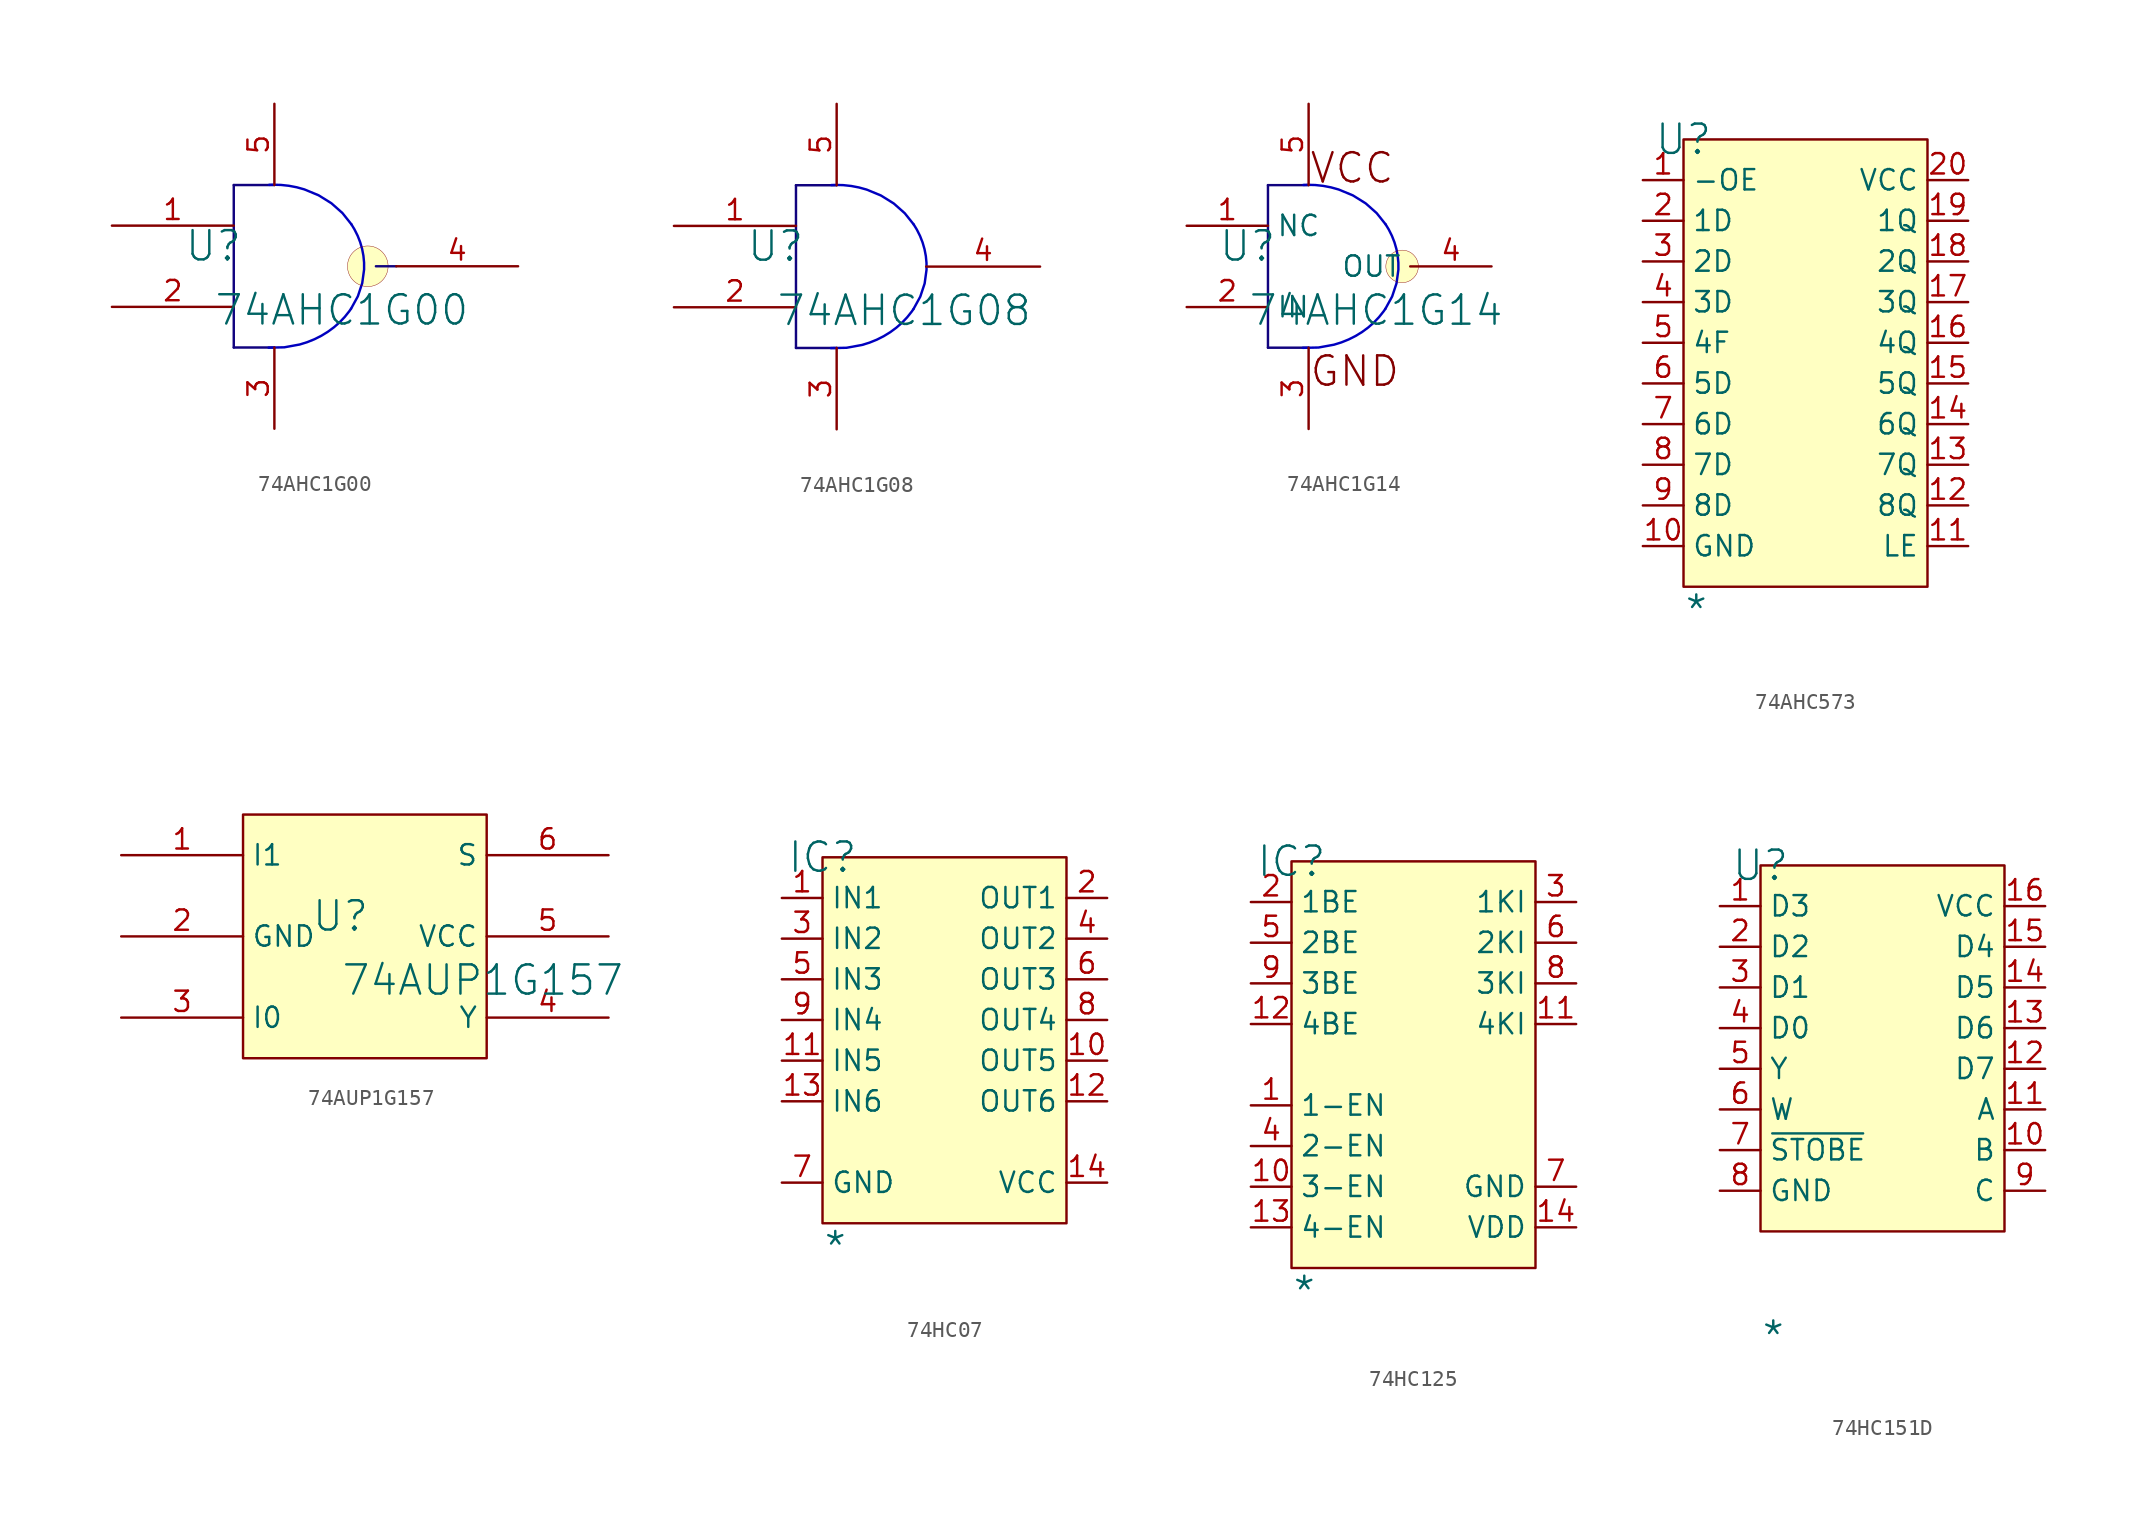
<source format=kicad_sym>
(kicad_symbol_lib
  (version 20241209)
  (generator "kicad_symbol_editor")
  (generator_version "9.0")
  (symbol "74AHC1G00"
    (pin_names
      (hide yes))
    (property "Reference" "U"
      (at -1.27 1.27 0)
      (effects (font (size 1.829 1.829))))
    (property "Value" "74AHC1G00"
      (at -1.27 -3.81 0)
      (effects (font (size 1.829 1.829)) (justify left bottom)))
    (symbol "74AHC1G00_1_0"
      (polyline (pts (xy 0 5.08) (xy 0 -5.08)) (stroke (width 0) (type solid) (color 17 3 127 1)) (fill (type none)))
      (polyline (pts (xy 0 -5.08) (xy 2.54 -5.08)) (stroke (width 0) (type solid) (color 17 3 127 1)) (fill (type none)))
      (bezier (pts (xy 2.177 -5.089) (xy 4.262 -5.212) (xy 6.249 -4.273) (xy 7.336 -2.652)) (stroke (width 0) (type solid) (color 0 0 191 1)) (fill (type none)))
      (polyline (pts (xy 2.54 5.08) (xy 0 5.08)) (stroke (width 0) (type solid) (color 17 3 127 1)) (fill (type none)))
      (bezier (pts (xy 7.336 -2.652) (xy 8.422 -1.032) (xy 8.428 1.003) (xy 7.352 2.629)) (stroke (width 0) (type solid) (color 0 0 191 1)) (fill (type none)))
      (bezier (pts (xy 7.352 2.629) (xy 6.275 4.255) (xy 4.293 5.203) (xy 2.208 5.091)) (stroke (width 0) (type solid) (color 0 0 191 1)) (fill (type none)))
      (circle (center 8.382 0) (radius 1.27) (stroke (width 0.025) (type solid)) (fill (type background)))
      (polyline (pts (xy 10.16 0) (xy 8.89 0)) (stroke (width 0) (type solid) (color 17 3 127 1)) (fill (type none)))
      (pin passive line (at -7.62 2.54 0) (length 7.62) (name "IN1" (effects (font (size 1.27 1.27)))) (number "1" (effects (font (size 1.27 1.27)))))
      (pin passive line (at -7.62 -2.54 0) (length 7.62) (name "IN2" (effects (font (size 1.27 1.27)))) (number "2" (effects (font (size 1.27 1.27)))))
      (pin passive line (at 2.54 10.16 270) (length 5.08) (name "VCC" (effects (font (size 1.27 1.27)))) (number "5" (effects (font (size 1.27 1.27)))))
      (pin passive line (at 2.54 -10.16 90) (length 5.08) (name "GND" (effects (font (size 1.27 1.27)))) (number "3" (effects (font (size 1.27 1.27)))))
      (pin passive line (at 17.78 0 180) (length 7.62) (name "OUT" (effects (font (size 1.27 1.27)))) (number "4" (effects (font (size 1.27 1.27)))))))
  (symbol "74AHC1G08"
    (pin_names
      (hide yes))
    (property "Reference" "U"
      (at -1.27 1.27 0)
      (effects (font (size 1.829 1.829))))
    (property "Value" "74AHC1G08"
      (at -1.27 -3.81 0)
      (effects (font (size 1.829 1.829)) (justify left bottom)))
    (symbol "74AHC1G08_1_0"
      (polyline (pts (xy 0 5.08) (xy 0 -5.08)) (stroke (width 0) (type solid) (color 17 3 127 1)) (fill (type none)))
      (polyline (pts (xy 0 -5.08) (xy 2.54 -5.08)) (stroke (width 0) (type solid) (color 17 3 127 1)) (fill (type none)))
      (bezier (pts (xy 2.177 -5.089) (xy 4.262 -5.212) (xy 6.249 -4.273) (xy 7.336 -2.652)) (stroke (width 0) (type solid) (color 0 0 191 1)) (fill (type none)))
      (polyline (pts (xy 2.54 5.08) (xy 0 5.08)) (stroke (width 0) (type solid) (color 17 3 127 1)) (fill (type none)))
      (bezier (pts (xy 7.336 -2.652) (xy 8.422 -1.032) (xy 8.428 1.003) (xy 7.352 2.629)) (stroke (width 0) (type solid) (color 0 0 191 1)) (fill (type none)))
      (bezier (pts (xy 7.352 2.629) (xy 6.275 4.255) (xy 4.293 5.203) (xy 2.208 5.091)) (stroke (width 0) (type solid) (color 0 0 191 1)) (fill (type none)))
      (pin passive line (at -7.62 2.54 0) (length 7.62) (name "IN1" (effects (font (size 1.27 1.27)))) (number "1" (effects (font (size 1.27 1.27)))))
      (pin passive line (at -7.62 -2.54 0) (length 7.62) (name "IN2" (effects (font (size 1.27 1.27)))) (number "2" (effects (font (size 1.27 1.27)))))
      (pin passive line (at 2.54 10.16 270) (length 5.08) (name "VCC" (effects (font (size 1.27 1.27)))) (number "5" (effects (font (size 1.27 1.27)))))
      (pin passive line (at 2.54 -10.16 90) (length 5.08) (name "GND" (effects (font (size 1.27 1.27)))) (number "3" (effects (font (size 1.27 1.27)))))
      (pin passive line (at 15.24 0 180) (length 7.112) (name "OUT" (effects (font (size 1.27 1.27)))) (number "4" (effects (font (size 1.27 1.27)))))))
  (symbol "74AHC1G14"
    (property "Reference" "U"
      (at -1.27 1.27 0)
      (effects (font (size 1.829 1.829))))
    (property "Value" "74AHC1G14"
      (at -1.27 -3.81 0)
      (effects (font (size 1.829 1.829)) (justify left bottom)))
    (symbol "74AHC1G14_1_0"
      (polyline (pts (xy 0 5.08) (xy 0 -5.08)) (stroke (width 0) (type solid) (color 17 3 127 1)) (fill (type none)))
      (polyline (pts (xy 0 -5.08) (xy 2.54 -5.08)) (stroke (width 0) (type solid) (color 17 3 127 1)) (fill (type none)))
      (bezier (pts (xy 2.177 -5.089) (xy 4.262 -5.212) (xy 6.249 -4.273) (xy 7.336 -2.652)) (stroke (width 0) (type solid) (color 0 0 191 1)) (fill (type none)))
      (polyline (pts (xy 2.54 5.08) (xy 0 5.08)) (stroke (width 0) (type solid) (color 17 3 127 1)) (fill (type none)))
      (bezier (pts (xy 7.336 -2.652) (xy 8.422 -1.032) (xy 8.428 1.003) (xy 7.352 2.629)) (stroke (width 0) (type solid) (color 0 0 191 1)) (fill (type none)))
      (bezier (pts (xy 7.352 2.629) (xy 6.275 4.255) (xy 4.293 5.203) (xy 2.208 5.091)) (stroke (width 0) (type solid) (color 0 0 191 1)) (fill (type none)))
      (circle (center 8.382 0) (radius 1.016) (stroke (width 0.025) (type solid)) (fill (type background)))
      (text "VCC" (at 2.54 5.08 0) (effects (font (size 1.829 1.829)) (justify left bottom)))
      (text "GND" (at 2.54 -7.62 0) (effects (font (size 1.829 1.829)) (justify left bottom)))
      (pin passive line (at -5.08 2.54 0) (length 5.08) (name "NC" (effects (font (size 1.27 1.27)))) (number "1" (effects (font (size 1.27 1.27)))))
      (pin passive line (at -5.08 -2.54 0) (length 5.08) (name "IN" (effects (font (size 1.27 1.27)))) (number "2" (effects (font (size 1.27 1.27)))))
      (pin passive line (at 2.54 10.16 270) (length 5.08) (name "VCC" (effects (font (size 0 0)))) (number "5" (effects (font (size 1.27 1.27)))))
      (pin passive line (at 2.54 -10.16 90) (length 5.08) (name "GND" (effects (font (size 0 0)))) (number "3" (effects (font (size 1.27 1.27)))))
      (pin passive line (at 13.97 0 180) (length 5.08) (name "OUT" (effects (font (size 1.27 1.27)))) (number "4" (effects (font (size 1.27 1.27)))))))
  (symbol "74AHC573"
    (property "Reference" "U"
      (at 0 0 0)
      (effects (font (size 1.829 1.829))))
    (property "Value" "*"
      (at 0 -30.48 0)
      (effects (font (size 1.829 1.829)) (justify left bottom)))
    (symbol "74AHC573_1_0"
      (rectangle (start 15.24 0) (end 0 -27.94) (stroke (width 0) (type solid) (color 128 0 0 1)) (fill (type background)))
      (pin passive line (at -2.54 -2.54 0) (length 2.54) (name "-OE" (effects (font (size 1.27 1.27)))) (number "1" (effects (font (size 1.27 1.27)))))
      (pin passive line (at -2.54 -5.08 0) (length 2.54) (name "1D" (effects (font (size 1.27 1.27)))) (number "2" (effects (font (size 1.27 1.27)))))
      (pin passive line (at -2.54 -7.62 0) (length 2.54) (name "2D" (effects (font (size 1.27 1.27)))) (number "3" (effects (font (size 1.27 1.27)))))
      (pin passive line (at -2.54 -10.16 0) (length 2.54) (name "3D" (effects (font (size 1.27 1.27)))) (number "4" (effects (font (size 1.27 1.27)))))
      (pin passive line (at -2.54 -12.7 0) (length 2.54) (name "4F" (effects (font (size 1.27 1.27)))) (number "5" (effects (font (size 1.27 1.27)))))
      (pin passive line (at -2.54 -15.24 0) (length 2.54) (name "5D" (effects (font (size 1.27 1.27)))) (number "6" (effects (font (size 1.27 1.27)))))
      (pin passive line (at -2.54 -17.78 0) (length 2.54) (name "6D" (effects (font (size 1.27 1.27)))) (number "7" (effects (font (size 1.27 1.27)))))
      (pin passive line (at -2.54 -20.32 0) (length 2.54) (name "7D" (effects (font (size 1.27 1.27)))) (number "8" (effects (font (size 1.27 1.27)))))
      (pin passive line (at -2.54 -22.86 0) (length 2.54) (name "8D" (effects (font (size 1.27 1.27)))) (number "9" (effects (font (size 1.27 1.27)))))
      (pin passive line (at -2.54 -25.4 0) (length 2.54) (name "GND" (effects (font (size 1.27 1.27)))) (number "10" (effects (font (size 1.27 1.27)))))
      (pin passive line (at 17.78 -2.54 180) (length 2.54) (name "VCC" (effects (font (size 1.27 1.27)))) (number "20" (effects (font (size 1.27 1.27)))))
      (pin passive line (at 17.78 -5.08 180) (length 2.54) (name "1Q" (effects (font (size 1.27 1.27)))) (number "19" (effects (font (size 1.27 1.27)))))
      (pin passive line (at 17.78 -7.62 180) (length 2.54) (name "2Q" (effects (font (size 1.27 1.27)))) (number "18" (effects (font (size 1.27 1.27)))))
      (pin passive line (at 17.78 -10.16 180) (length 2.54) (name "3Q" (effects (font (size 1.27 1.27)))) (number "17" (effects (font (size 1.27 1.27)))))
      (pin passive line (at 17.78 -12.7 180) (length 2.54) (name "4Q" (effects (font (size 1.27 1.27)))) (number "16" (effects (font (size 1.27 1.27)))))
      (pin passive line (at 17.78 -15.24 180) (length 2.54) (name "5Q" (effects (font (size 1.27 1.27)))) (number "15" (effects (font (size 1.27 1.27)))))
      (pin passive line (at 17.78 -17.78 180) (length 2.54) (name "6Q" (effects (font (size 1.27 1.27)))) (number "14" (effects (font (size 1.27 1.27)))))
      (pin passive line (at 17.78 -20.32 180) (length 2.54) (name "7Q" (effects (font (size 1.27 1.27)))) (number "13" (effects (font (size 1.27 1.27)))))
      (pin passive line (at 17.78 -22.86 180) (length 2.54) (name "8Q" (effects (font (size 1.27 1.27)))) (number "12" (effects (font (size 1.27 1.27)))))
      (pin passive line (at 17.78 -25.4 180) (length 2.54) (name "LE" (effects (font (size 1.27 1.27)))) (number "11" (effects (font (size 1.27 1.27)))))))
  (symbol "74AUP1G157"
    (property "Reference" "U"
      (at -1.27 1.27 0)
      (effects (font (size 1.829 1.829))))
    (property "Value" "74AUP1G157"
      (at -1.27 -3.81 0)
      (effects (font (size 1.829 1.829)) (justify left bottom)))
    (symbol "74AUP1G157_1_0"
      (polyline (pts (xy -7.112 -7.62) (xy -7.366 -7.62) (xy -7.366 7.62) (xy 7.874 7.62) (xy 7.874 -7.62) (xy -7.366 -7.62)) (stroke (width 0) (type solid)) (fill (type none)))
      (rectangle (start 7.874 7.62) (end -7.366 -7.62) (stroke (width 0.025) (type solid) (color 128 0 0 1)) (fill (type background)))
      (pin passive line (at -14.986 5.08 0) (length 7.62) (name "I1" (effects (font (size 1.27 1.27)))) (number "1" (effects (font (size 1.27 1.27)))))
      (pin passive line (at -14.986 0 0) (length 7.62) (name "GND" (effects (font (size 1.27 1.27)))) (number "2" (effects (font (size 1.27 1.27)))))
      (pin passive line (at -14.986 -5.08 0) (length 7.62) (name "I0" (effects (font (size 1.27 1.27)))) (number "3" (effects (font (size 1.27 1.27)))))
      (pin passive line (at 15.494 5.08 180) (length 7.62) (name "S" (effects (font (size 1.27 1.27)))) (number "6" (effects (font (size 1.27 1.27)))))
      (pin passive line (at 15.494 0 180) (length 7.62) (name "VCC" (effects (font (size 1.27 1.27)))) (number "5" (effects (font (size 1.27 1.27)))))
      (pin passive line (at 15.494 -5.08 180) (length 7.62) (name "Y" (effects (font (size 1.27 1.27)))) (number "4" (effects (font (size 1.27 1.27)))))))
  (symbol "74HC07"
    (property "Reference" "IC"
      (at 0 0 0)
      (effects (font (size 1.829 1.829))))
    (property "Value" "*"
      (at 0 -25.4 0)
      (effects (font (size 1.829 1.829)) (justify left bottom)))
    (symbol "74HC07_1_0"
      (rectangle (start 15.24 0) (end 0 -22.86) (stroke (width 0) (type solid) (color 128 0 0 1)) (fill (type background)))
      (pin passive line (at -2.54 -2.54 0) (length 2.54) (name "IN1" (effects (font (size 1.27 1.27)))) (number "1" (effects (font (size 1.27 1.27)))))
      (pin passive line (at -2.54 -5.08 0) (length 2.54) (name "IN2" (effects (font (size 1.27 1.27)))) (number "3" (effects (font (size 1.27 1.27)))))
      (pin passive line (at -2.54 -7.62 0) (length 2.54) (name "IN3" (effects (font (size 1.27 1.27)))) (number "5" (effects (font (size 1.27 1.27)))))
      (pin passive line (at -2.54 -10.16 0) (length 2.54) (name "IN4" (effects (font (size 1.27 1.27)))) (number "9" (effects (font (size 1.27 1.27)))))
      (pin passive line (at -2.54 -12.7 0) (length 2.54) (name "IN5" (effects (font (size 1.27 1.27)))) (number "11" (effects (font (size 1.27 1.27)))))
      (pin passive line (at -2.54 -15.24 0) (length 2.54) (name "IN6" (effects (font (size 1.27 1.27)))) (number "13" (effects (font (size 1.27 1.27)))))
      (pin passive line (at -2.54 -20.32 0) (length 2.54) (name "GND" (effects (font (size 1.27 1.27)))) (number "7" (effects (font (size 1.27 1.27)))))
      (pin passive line (at 17.78 -2.54 180) (length 2.54) (name "OUT1" (effects (font (size 1.27 1.27)))) (number "2" (effects (font (size 1.27 1.27)))))
      (pin passive line (at 17.78 -5.08 180) (length 2.54) (name "OUT2" (effects (font (size 1.27 1.27)))) (number "4" (effects (font (size 1.27 1.27)))))
      (pin passive line (at 17.78 -7.62 180) (length 2.54) (name "OUT3" (effects (font (size 1.27 1.27)))) (number "6" (effects (font (size 1.27 1.27)))))
      (pin passive line (at 17.78 -10.16 180) (length 2.54) (name "OUT4" (effects (font (size 1.27 1.27)))) (number "8" (effects (font (size 1.27 1.27)))))
      (pin passive line (at 17.78 -12.7 180) (length 2.54) (name "OUT5" (effects (font (size 1.27 1.27)))) (number "10" (effects (font (size 1.27 1.27)))))
      (pin passive line (at 17.78 -15.24 180) (length 2.54) (name "OUT6" (effects (font (size 1.27 1.27)))) (number "12" (effects (font (size 1.27 1.27)))))
      (pin passive line (at 17.78 -20.32 180) (length 2.54) (name "VCC" (effects (font (size 1.27 1.27)))) (number "14" (effects (font (size 1.27 1.27)))))))
  (symbol "74HC125"
    (property "Reference" "IC"
      (at 0 0 0)
      (effects (font (size 1.829 1.829))))
    (property "Value" "*"
      (at 0 -27.94 0)
      (effects (font (size 1.829 1.829)) (justify left bottom)))
    (symbol "74HC125_1_0"
      (rectangle (start 15.24 0) (end 0 -25.4) (stroke (width 0) (type solid) (color 128 0 0 1)) (fill (type background)))
      (pin passive line (at -2.54 -2.54 0) (length 2.54) (name "1BE" (effects (font (size 1.27 1.27)))) (number "2" (effects (font (size 1.27 1.27)))))
      (pin passive line (at -2.54 -5.08 0) (length 2.54) (name "2BE" (effects (font (size 1.27 1.27)))) (number "5" (effects (font (size 1.27 1.27)))))
      (pin passive line (at -2.54 -7.62 0) (length 2.54) (name "3BE" (effects (font (size 1.27 1.27)))) (number "9" (effects (font (size 1.27 1.27)))))
      (pin passive line (at -2.54 -10.16 0) (length 2.54) (name "4BE" (effects (font (size 1.27 1.27)))) (number "12" (effects (font (size 1.27 1.27)))))
      (pin passive line (at -2.54 -15.24 0) (length 2.54) (name "1-EN" (effects (font (size 1.27 1.27)))) (number "1" (effects (font (size 1.27 1.27)))))
      (pin passive line (at -2.54 -17.78 0) (length 2.54) (name "2-EN" (effects (font (size 1.27 1.27)))) (number "4" (effects (font (size 1.27 1.27)))))
      (pin passive line (at -2.54 -20.32 0) (length 2.54) (name "3-EN" (effects (font (size 1.27 1.27)))) (number "10" (effects (font (size 1.27 1.27)))))
      (pin passive line (at -2.54 -22.86 0) (length 2.54) (name "4-EN" (effects (font (size 1.27 1.27)))) (number "13" (effects (font (size 1.27 1.27)))))
      (pin passive line (at 17.78 -2.54 180) (length 2.54) (name "1KI" (effects (font (size 1.27 1.27)))) (number "3" (effects (font (size 1.27 1.27)))))
      (pin passive line (at 17.78 -5.08 180) (length 2.54) (name "2KI" (effects (font (size 1.27 1.27)))) (number "6" (effects (font (size 1.27 1.27)))))
      (pin passive line (at 17.78 -7.62 180) (length 2.54) (name "3KI" (effects (font (size 1.27 1.27)))) (number "8" (effects (font (size 1.27 1.27)))))
      (pin passive line (at 17.78 -10.16 180) (length 2.54) (name "4KI" (effects (font (size 1.27 1.27)))) (number "11" (effects (font (size 1.27 1.27)))))
      (pin passive line (at 17.78 -20.32 180) (length 2.54) (name "GND" (effects (font (size 1.27 1.27)))) (number "7" (effects (font (size 1.27 1.27)))))
      (pin passive line (at 17.78 -22.86 180) (length 2.54) (name "VDD" (effects (font (size 1.27 1.27)))) (number "14" (effects (font (size 1.27 1.27)))))))
  (symbol "74HC151D"
    (property "Reference" "U"
      (at 0 0 0)
      (effects (font (size 1.829 1.829))))
    (property "Value" "*"
      (at 0 -30.48 0)
      (effects (font (size 1.829 1.829)) (justify left bottom)))
    (symbol "74HC151D_1_0"
      (rectangle (start 15.24 0) (end 0 -22.86) (stroke (width 0) (type solid) (color 128 0 0 1)) (fill (type background)))
      (pin passive line (at -2.54 -2.54 0) (length 2.54) (name "D3" (effects (font (size 1.27 1.27)))) (number "1" (effects (font (size 1.27 1.27)))))
      (pin passive line (at -2.54 -5.08 0) (length 2.54) (name "D2" (effects (font (size 1.27 1.27)))) (number "2" (effects (font (size 1.27 1.27)))))
      (pin passive line (at -2.54 -7.62 0) (length 2.54) (name "D1" (effects (font (size 1.27 1.27)))) (number "3" (effects (font (size 1.27 1.27)))))
      (pin passive line (at -2.54 -10.16 0) (length 2.54) (name "D0" (effects (font (size 1.27 1.27)))) (number "4" (effects (font (size 1.27 1.27)))))
      (pin passive line (at -2.54 -12.7 0) (length 2.54) (name "Y" (effects (font (size 1.27 1.27)))) (number "5" (effects (font (size 1.27 1.27)))))
      (pin passive line (at -2.54 -15.24 0) (length 2.54) (name "W" (effects (font (size 1.27 1.27)))) (number "6" (effects (font (size 1.27 1.27)))))
      (pin passive line (at -2.54 -17.78 0) (length 2.54) (name "~{STOBE}" (effects (font (size 1.27 1.27)))) (number "7" (effects (font (size 1.27 1.27)))))
      (pin passive line (at -2.54 -20.32 0) (length 2.54) (name "GND" (effects (font (size 1.27 1.27)))) (number "8" (effects (font (size 1.27 1.27)))))
      (pin passive line (at 17.78 -2.54 180) (length 2.54) (name "VCC" (effects (font (size 1.27 1.27)))) (number "16" (effects (font (size 1.27 1.27)))))
      (pin passive line (at 17.78 -5.08 180) (length 2.54) (name "D4" (effects (font (size 1.27 1.27)))) (number "15" (effects (font (size 1.27 1.27)))))
      (pin passive line (at 17.78 -7.62 180) (length 2.54) (name "D5" (effects (font (size 1.27 1.27)))) (number "14" (effects (font (size 1.27 1.27)))))
      (pin passive line (at 17.78 -10.16 180) (length 2.54) (name "D6" (effects (font (size 1.27 1.27)))) (number "13" (effects (font (size 1.27 1.27)))))
      (pin passive line (at 17.78 -12.7 180) (length 2.54) (name "D7" (effects (font (size 1.27 1.27)))) (number "12" (effects (font (size 1.27 1.27)))))
      (pin passive line (at 17.78 -15.24 180) (length 2.54) (name "A" (effects (font (size 1.27 1.27)))) (number "11" (effects (font (size 1.27 1.27)))))
      (pin passive line (at 17.78 -17.78 180) (length 2.54) (name "B" (effects (font (size 1.27 1.27)))) (number "10" (effects (font (size 1.27 1.27)))))
      (pin passive line (at 17.78 -20.32 180) (length 2.54) (name "C" (effects (font (size 1.27 1.27)))) (number "9" (effects (font (size 1.27 1.27))))))))
</source>
